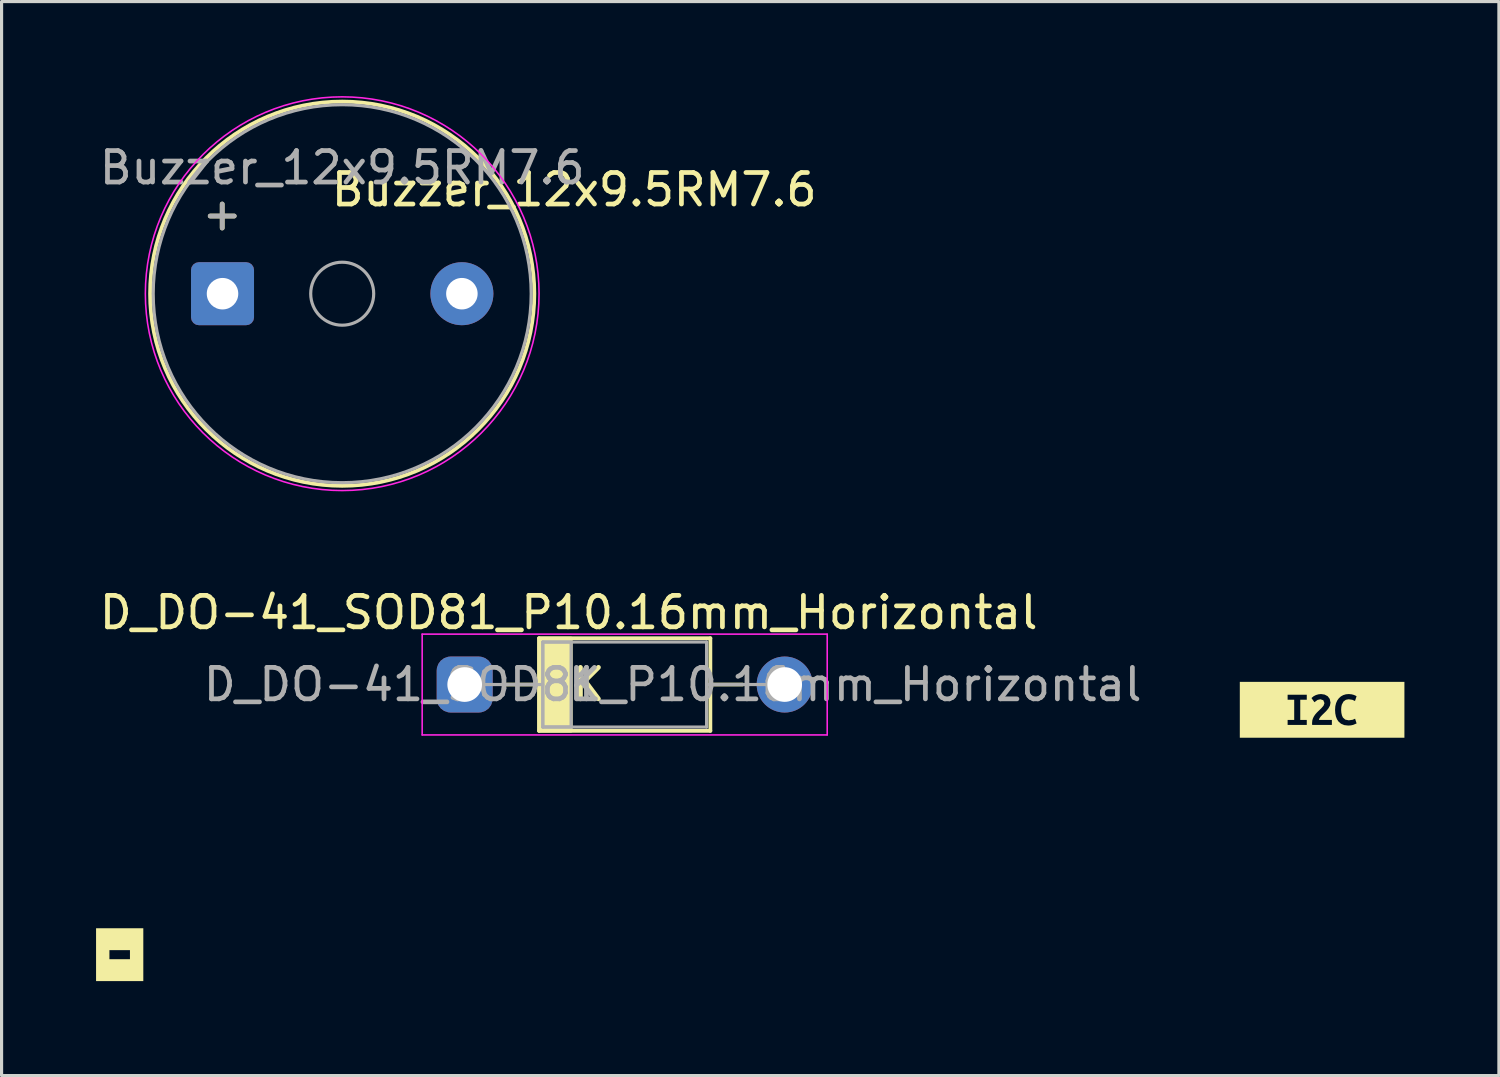
<source format=kicad_pcb>
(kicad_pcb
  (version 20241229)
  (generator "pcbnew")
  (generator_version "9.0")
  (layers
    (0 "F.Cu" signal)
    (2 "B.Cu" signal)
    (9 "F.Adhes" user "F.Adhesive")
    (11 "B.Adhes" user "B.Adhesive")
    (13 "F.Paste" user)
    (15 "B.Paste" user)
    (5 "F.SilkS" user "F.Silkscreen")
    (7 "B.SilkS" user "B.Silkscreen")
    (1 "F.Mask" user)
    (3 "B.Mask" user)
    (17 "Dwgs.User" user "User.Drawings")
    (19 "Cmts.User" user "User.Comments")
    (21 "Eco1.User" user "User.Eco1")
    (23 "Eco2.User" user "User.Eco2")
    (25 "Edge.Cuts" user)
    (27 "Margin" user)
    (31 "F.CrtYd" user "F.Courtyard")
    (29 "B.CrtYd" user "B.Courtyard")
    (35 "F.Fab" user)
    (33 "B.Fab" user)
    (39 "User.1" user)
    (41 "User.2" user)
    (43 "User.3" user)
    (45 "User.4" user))
  (footprint "kibuzzard-64612FED"
    (layer "F.Cu")
    (at 0.75 27.261)
    (property "Reference" "kibuzzard-64612FED" (at 0 -3.887 0) (layer "F.SilkS") (effects (font (size 0.001 0.001) (thickness 0.15))))
    (attr board_only exclude_from_pos_files exclude_from_bom)
    (fp_poly (pts (xy -0.452 -0.839) (xy -0.75 -0.839) (xy -0.75 0.839) (xy -0.452 0.839) (xy 0.326 0.839) (xy 0.326 0.144) (xy -0.326 0.144) (xy -0.326 -0.144) (xy 0.326 -0.144) (xy 0.326 0.144) (xy 0.326 0.839) (xy 0.452 0.839) (xy 0.75 0.839) (xy 0.75 -0.839) (xy 0.452 -0.839) (xy -0.452 -0.839)) (stroke (width 0) (type solid)) (fill yes) (layer "F.SilkS")))
  (footprint "Buzzer_12x9.5RM7.6"
    (layer "F.Cu")
    (at 4.015 6.275)
    (property "Reference" "Buzzer_12x9.5RM7.6" (at 11.166 -3.302 0) (layer "F.SilkS") (effects (font (size 1 1) (thickness 0.15))))
    (attr through_hole)
    (fp_circle (center 3.8 0) (end 9.9 0) (stroke (width 0.12) (type solid)) (fill no) (layer "F.SilkS"))
    (fp_circle (center 3.8 0) (end 10.05 0) (stroke (width 0.05) (type solid)) (fill no) (layer "F.CrtYd"))
    (fp_circle (center 3.8 0) (end 4.8 0) (stroke (width 0.1) (type solid)) (fill no) (layer "F.Fab"))
    (fp_circle (center 3.8 0) (end 9.8 0) (stroke (width 0.1) (type solid)) (fill no) (layer "F.Fab"))
    (fp_text user "+" (at -0.01 -2.54 0) (layer "F.SilkS") (effects (font (size 1 1) (thickness 0.15))))
    (fp_text user "+" (at -0.01 -2.54 0) (layer "F.Fab") (effects (font (size 1 1) (thickness 0.15))))
    (fp_text user "${REFERENCE}" (at 3.8 -4 0) (layer "F.Fab") (effects (font (size 1 1) (thickness 0.15))))
    (pad "1" thru_hole roundrect (at 0 0) (size 2 2) (drill 1) (layers "*.Cu" "*.Mask") (roundrect_rratio 0.125))
    (pad "2" thru_hole circle (at 7.6 0) (size 2 2) (drill 1) (layers "*.Cu" "*.Mask")))
  (footprint "D_DO-41_SOD81_P10.16mm_Horizontal"
    (layer "F.Cu")
    (at 11.704 18.684)
    (property "Reference" "D_DO-41_SOD81_P10.16mm_Horizontal" (at 3.302 -2.286 180) (layer "F.SilkS") (effects (font (size 1 1) (thickness 0.15))))
    (attr through_hole)
    (fp_line (start 1.34 0) (end 2.36 0) (stroke (width 0.12) (type solid)) (layer "F.SilkS"))
    (fp_line (start 2.36 -1.47) (end 2.36 1.47) (stroke (width 0.12) (type solid)) (layer "F.SilkS"))
    (fp_line (start 2.36 1.47) (end 7.8 1.47) (stroke (width 0.12) (type solid)) (layer "F.SilkS"))
    (fp_line (start 7.8 -1.47) (end 2.36 -1.47) (stroke (width 0.12) (type solid)) (layer "F.SilkS"))
    (fp_line (start 7.8 1.47) (end 7.8 -1.47) (stroke (width 0.12) (type solid)) (layer "F.SilkS"))
    (fp_line (start 8.82 0) (end 7.8 0) (stroke (width 0.12) (type solid)) (layer "F.SilkS"))
    (fp_rect (start 2.36 -1.47) (end 3.378 1.473) (stroke (width 0.1) (type solid)) (fill yes) (layer "F.SilkS"))
    (fp_line (start -1.35 -1.6) (end -1.35 1.6) (stroke (width 0.05) (type solid)) (layer "F.CrtYd"))
    (fp_line (start -1.35 1.6) (end 11.51 1.6) (stroke (width 0.05) (type solid)) (layer "F.CrtYd"))
    (fp_line (start 11.51 -1.6) (end -1.35 -1.6) (stroke (width 0.05) (type solid)) (layer "F.CrtYd"))
    (fp_line (start 11.51 1.6) (end 11.51 -1.6) (stroke (width 0.05) (type solid)) (layer "F.CrtYd"))
    (fp_line (start 0 0) (end 2.48 0) (stroke (width 0.1) (type solid)) (layer "F.Fab"))
    (fp_line (start 2.48 -1.35) (end 2.48 1.35) (stroke (width 0.1) (type solid)) (layer "F.Fab"))
    (fp_line (start 2.48 1.35) (end 7.68 1.35) (stroke (width 0.1) (type solid)) (layer "F.Fab"))
    (fp_line (start 7.68 -1.35) (end 2.48 -1.35) (stroke (width 0.1) (type solid)) (layer "F.Fab"))
    (fp_line (start 7.68 1.35) (end 7.68 -1.35) (stroke (width 0.1) (type solid)) (layer "F.Fab"))
    (fp_line (start 10.16 0) (end 7.68 0) (stroke (width 0.1) (type solid)) (layer "F.Fab"))
    (fp_rect (start 2.48 -1.35) (end 3.378 1.346) (stroke (width 0.1) (type solid)) (fill no) (layer "F.Fab"))
    (fp_text user "K" (at 3.937 0 180) (layer "F.SilkS") (effects (font (size 1 1) (thickness 0.15))))
    (fp_text user "K" (at 3.81 0 180) (layer "F.Fab") (effects (font (size 1 1) (thickness 0.15))))
    (fp_text user "${REFERENCE}" (at 6.604 0 180) (layer "F.Fab") (effects (font (size 1 1) (thickness 0.15))))
    (pad "1" thru_hole roundrect (at 0 0) (size 1.778 1.778) (drill 1.1) (layers "*.Cu" "*.Mask") (roundrect_rratio 0.25))
    (pad "2" thru_hole oval (at 10.16 0) (size 1.778 1.778) (drill 1.1) (layers "*.Cu" "*.Mask")))
  (footprint "kibuzzard-6640C3B8"
    (layer "F.Cu")
    (at 38.927 19.486)
    (property "Reference" "kibuzzard-6640C3B8" (at 0 -3.935 0) (layer "F.SilkS") (effects (font (size 0.001 0.001) (thickness 0.15))))
    (attr board_only exclude_from_pos_files exclude_from_bom)
    (fp_poly (pts (xy -2.226 -0.887) (xy -2.613 -0.887) (xy -2.613 0.887) (xy -2.226 0.887) (xy -1.095 0.887) (xy -1.095 0.48) (xy -1.095 0.322) (xy -0.886 0.322) (xy -0.886 -0.32) (xy -1.095 -0.32) (xy -1.095 -0.478) (xy -0.487 -0.478) (xy -0.487 -0.32) (xy -0.694 -0.32) (xy -0.694 0.322) (xy -0.487 0.322) (xy -0.487 0.48) (xy -1.095 0.48) (xy -1.095 0.887) (xy 0.31 0.887) (xy 0.31 0.48) (xy -0.315 0.48) (xy -0.319 0.441) (xy -0.318 0.409) (xy -0.311 0.334) (xy -0.289 0.266) (xy -0.257 0.204) (xy -0.217 0.146) (xy -0.171 0.093) (xy -0.122 0.044) (xy -0.074 -0.002) (xy -0.028 -0.046) (xy 0.045 -0.13) (xy 0.074 -0.212) (xy 0.038 -0.303) (xy -0.052 -0.334) (xy -0.146 -0.313) (xy -0.244 -0.24) (xy -0.338 -0.373) (xy -0.271 -0.43) (xy -0.195 -0.469) (xy -0.114 -0.492) (xy -0.033 -0.5) (xy 0.08 -0.483) (xy 0.176 -0.432) (xy 0.242 -0.346) (xy 0.267 -0.226) (xy 0.248 -0.131) (xy 0.199 -0.042) (xy 0.129 0.042) (xy 0.05 0.119) (xy 0.004 0.163) (xy -0.046 0.216) (xy -0.085 0.271) (xy -0.101 0.322) (xy 0.31 0.322) (xy 0.31 0.48) (xy 0.31 0.887) (xy 0.827 0.887) (xy 0.827 0.5) (xy 0.703 0.486) (xy 0.6 0.442) (xy 0.518 0.37) (xy 0.471 0.298) (xy 0.438 0.212) (xy 0.418 0.113) (xy 0.411 0) (xy 0.419 -0.113) (xy 0.443 -0.212) (xy 0.482 -0.298) (xy 0.534 -0.369) (xy 0.598 -0.426) (xy 0.672 -0.467) (xy 0.755 -0.492) (xy 0.846 -0.5) (xy 0.938 -0.491) (xy 1.01 -0.472) (xy 1.062 -0.449) (xy 1.094 -0.43) (xy 1.044 -0.279) (xy 0.958 -0.318) (xy 0.843 -0.334) (xy 0.755 -0.318) (xy 0.68 -0.264) (xy 0.625 -0.163) (xy 0.61 -0.091) (xy 0.604 -0.005) (xy 0.611 0.096) (xy 0.63 0.18) (xy 0.661 0.247) (xy 0.735 0.312) (xy 0.846 0.334) (xy 0.969 0.317) (xy 1.047 0.283) (xy 1.095 0.433) (xy 0.986 0.479) (xy 0.912 0.495) (xy 0.827 0.5) (xy 0.827 0.887) (xy 2.226 0.887) (xy 2.613 0.887) (xy 2.613 -0.887) (xy 2.226 -0.887) (xy -2.226 -0.887)) (stroke (width 0) (type solid)) (fill yes) (layer "F.SilkS")))
  (gr_rect
    (start -3 -3)
    (end 44.54 31.099)
    (stroke (width 0.1) (type default))
    (fill no)
    (layer "Edge.Cuts")))
</source>
